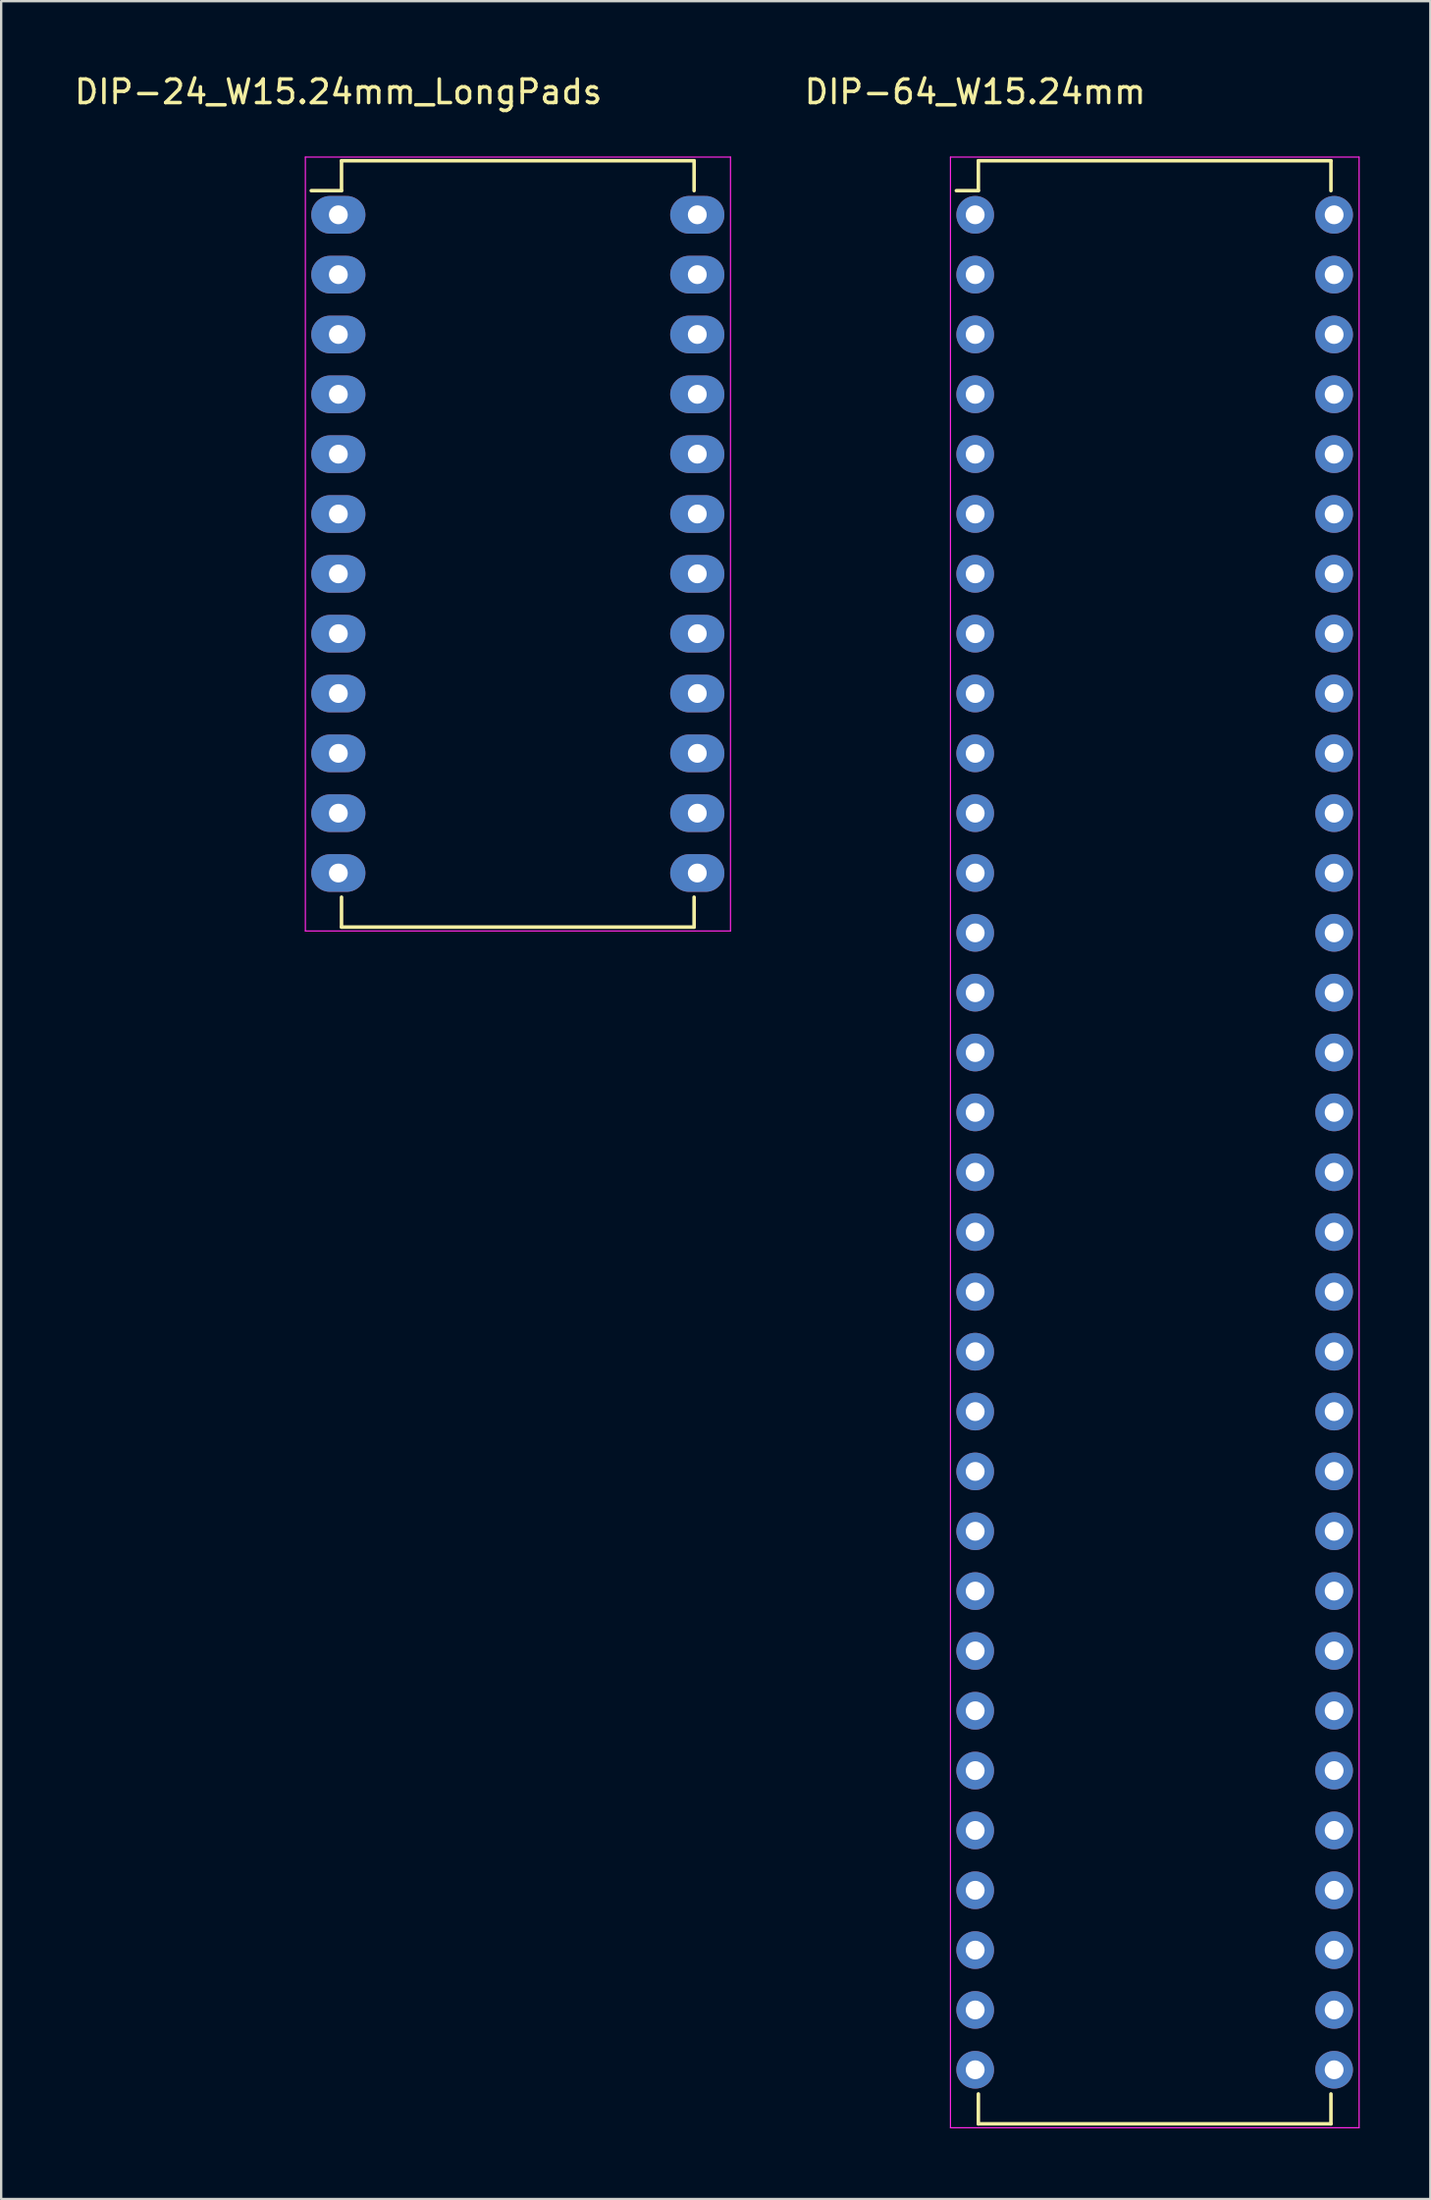
<source format=kicad_pcb>
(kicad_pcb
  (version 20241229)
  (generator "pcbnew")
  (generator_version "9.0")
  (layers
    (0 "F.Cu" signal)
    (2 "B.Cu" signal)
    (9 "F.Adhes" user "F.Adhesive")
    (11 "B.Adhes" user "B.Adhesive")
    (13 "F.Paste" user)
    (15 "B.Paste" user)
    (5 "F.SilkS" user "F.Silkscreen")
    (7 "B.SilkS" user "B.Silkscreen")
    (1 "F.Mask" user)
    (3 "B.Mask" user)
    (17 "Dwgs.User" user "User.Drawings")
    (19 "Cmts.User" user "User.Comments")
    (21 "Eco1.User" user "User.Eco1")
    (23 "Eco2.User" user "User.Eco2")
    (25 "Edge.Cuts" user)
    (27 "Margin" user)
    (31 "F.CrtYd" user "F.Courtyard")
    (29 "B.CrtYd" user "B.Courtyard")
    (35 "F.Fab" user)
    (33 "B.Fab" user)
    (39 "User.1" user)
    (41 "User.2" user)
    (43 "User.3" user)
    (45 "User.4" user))
  (footprint "DIP-24_W15.24mm_LongPads"
    (layer "F.Cu")
    (at 11.315 6.068)
    (property "Reference" "DIP-24_W15.24mm_LongPads" (at 0 -5.22 0) (layer "F.SilkS") (effects (font (size 1 1) (thickness 0.15))))
    (attr through_hole)
    (fp_line (start 0.135 -2.295) (end 0.135 -1.025) (stroke (width 0.15) (type solid)) (layer "F.SilkS"))
    (fp_line (start 0.135 -2.295) (end 15.105 -2.295) (stroke (width 0.15) (type solid)) (layer "F.SilkS"))
    (fp_line (start 0.135 -1.025) (end -1.15 -1.025) (stroke (width 0.15) (type solid)) (layer "F.SilkS"))
    (fp_line (start 0.135 30.235) (end 0.135 28.965) (stroke (width 0.15) (type solid)) (layer "F.SilkS"))
    (fp_line (start 0.135 30.235) (end 15.105 30.235) (stroke (width 0.15) (type solid)) (layer "F.SilkS"))
    (fp_line (start 15.105 -2.295) (end 15.105 -1.025) (stroke (width 0.15) (type solid)) (layer "F.SilkS"))
    (fp_line (start 15.105 30.235) (end 15.105 28.965) (stroke (width 0.15) (type solid)) (layer "F.SilkS"))
    (fp_line (start -1.4 -2.45) (end -1.4 30.4) (stroke (width 0.05) (type solid)) (layer "F.CrtYd"))
    (fp_line (start -1.4 -2.45) (end 16.65 -2.45) (stroke (width 0.05) (type solid)) (layer "F.CrtYd"))
    (fp_line (start -1.4 30.4) (end 16.65 30.4) (stroke (width 0.05) (type solid)) (layer "F.CrtYd"))
    (fp_line (start 16.65 -2.45) (end 16.65 30.4) (stroke (width 0.05) (type solid)) (layer "F.CrtYd"))
    (pad "1" thru_hole oval (at 0 0) (size 2.3 1.6) (drill 0.8) (layers "*.Cu" "*.Mask"))
    (pad "2" thru_hole oval (at 0 2.54) (size 2.3 1.6) (drill 0.8) (layers "*.Cu" "*.Mask"))
    (pad "3" thru_hole oval (at 0 5.08) (size 2.3 1.6) (drill 0.8) (layers "*.Cu" "*.Mask"))
    (pad "4" thru_hole oval (at 0 7.62) (size 2.3 1.6) (drill 0.8) (layers "*.Cu" "*.Mask"))
    (pad "5" thru_hole oval (at 0 10.16) (size 2.3 1.6) (drill 0.8) (layers "*.Cu" "*.Mask"))
    (pad "6" thru_hole oval (at 0 12.7) (size 2.3 1.6) (drill 0.8) (layers "*.Cu" "*.Mask"))
    (pad "7" thru_hole oval (at 0 15.24) (size 2.3 1.6) (drill 0.8) (layers "*.Cu" "*.Mask"))
    (pad "8" thru_hole oval (at 0 17.78) (size 2.3 1.6) (drill 0.8) (layers "*.Cu" "*.Mask"))
    (pad "9" thru_hole oval (at 0 20.32) (size 2.3 1.6) (drill 0.8) (layers "*.Cu" "*.Mask"))
    (pad "10" thru_hole oval (at 0 22.86) (size 2.3 1.6) (drill 0.8) (layers "*.Cu" "*.Mask"))
    (pad "11" thru_hole oval (at 0 25.4) (size 2.3 1.6) (drill 0.8) (layers "*.Cu" "*.Mask"))
    (pad "12" thru_hole oval (at 0 27.94) (size 2.3 1.6) (drill 0.8) (layers "*.Cu" "*.Mask"))
    (pad "13" thru_hole oval (at 15.24 27.94) (size 2.3 1.6) (drill 0.8) (layers "*.Cu" "*.Mask"))
    (pad "14" thru_hole oval (at 15.24 25.4) (size 2.3 1.6) (drill 0.8) (layers "*.Cu" "*.Mask"))
    (pad "15" thru_hole oval (at 15.24 22.86) (size 2.3 1.6) (drill 0.8) (layers "*.Cu" "*.Mask"))
    (pad "16" thru_hole oval (at 15.24 20.32) (size 2.3 1.6) (drill 0.8) (layers "*.Cu" "*.Mask"))
    (pad "17" thru_hole oval (at 15.24 17.78) (size 2.3 1.6) (drill 0.8) (layers "*.Cu" "*.Mask"))
    (pad "18" thru_hole oval (at 15.24 15.24) (size 2.3 1.6) (drill 0.8) (layers "*.Cu" "*.Mask"))
    (pad "19" thru_hole oval (at 15.24 12.7) (size 2.3 1.6) (drill 0.8) (layers "*.Cu" "*.Mask"))
    (pad "20" thru_hole oval (at 15.24 10.16) (size 2.3 1.6) (drill 0.8) (layers "*.Cu" "*.Mask"))
    (pad "21" thru_hole oval (at 15.24 7.62) (size 2.3 1.6) (drill 0.8) (layers "*.Cu" "*.Mask"))
    (pad "22" thru_hole oval (at 15.24 5.08) (size 2.3 1.6) (drill 0.8) (layers "*.Cu" "*.Mask"))
    (pad "23" thru_hole oval (at 15.24 2.54) (size 2.3 1.6) (drill 0.8) (layers "*.Cu" "*.Mask"))
    (pad "24" thru_hole oval (at 15.24 0) (size 2.3 1.6) (drill 0.8) (layers "*.Cu" "*.Mask")))
  (footprint "DIP-64_W15.24mm"
    (layer "F.Cu")
    (at 38.354 6.068)
    (property "Reference" "DIP-64_W15.24mm" (at 0 -5.22 0) (layer "F.SilkS") (effects (font (size 1 1) (thickness 0.15))))
    (attr through_hole)
    (fp_line (start 0.135 -2.295) (end 0.135 -1.025) (stroke (width 0.15) (type solid)) (layer "F.SilkS"))
    (fp_line (start 0.135 -2.295) (end 15.105 -2.295) (stroke (width 0.15) (type solid)) (layer "F.SilkS"))
    (fp_line (start 0.135 -1.025) (end -0.8 -1.025) (stroke (width 0.15) (type solid)) (layer "F.SilkS"))
    (fp_line (start 0.135 81.035) (end 0.135 79.765) (stroke (width 0.15) (type solid)) (layer "F.SilkS"))
    (fp_line (start 0.135 81.035) (end 15.105 81.035) (stroke (width 0.15) (type solid)) (layer "F.SilkS"))
    (fp_line (start 15.105 -2.295) (end 15.105 -1.025) (stroke (width 0.15) (type solid)) (layer "F.SilkS"))
    (fp_line (start 15.105 81.035) (end 15.105 79.765) (stroke (width 0.15) (type solid)) (layer "F.SilkS"))
    (fp_line (start -1.05 -2.45) (end -1.05 81.2) (stroke (width 0.05) (type solid)) (layer "F.CrtYd"))
    (fp_line (start -1.05 -2.45) (end 16.3 -2.45) (stroke (width 0.05) (type solid)) (layer "F.CrtYd"))
    (fp_line (start -1.05 81.2) (end 16.3 81.2) (stroke (width 0.05) (type solid)) (layer "F.CrtYd"))
    (fp_line (start 16.3 -2.45) (end 16.3 81.2) (stroke (width 0.05) (type solid)) (layer "F.CrtYd"))
    (pad "1" thru_hole oval (at 0 0) (size 1.6 1.6) (drill 0.8) (layers "*.Cu" "*.Mask"))
    (pad "2" thru_hole oval (at 0 2.54) (size 1.6 1.6) (drill 0.8) (layers "*.Cu" "*.Mask"))
    (pad "3" thru_hole oval (at 0 5.08) (size 1.6 1.6) (drill 0.8) (layers "*.Cu" "*.Mask"))
    (pad "4" thru_hole oval (at 0 7.62) (size 1.6 1.6) (drill 0.8) (layers "*.Cu" "*.Mask"))
    (pad "5" thru_hole oval (at 0 10.16) (size 1.6 1.6) (drill 0.8) (layers "*.Cu" "*.Mask"))
    (pad "6" thru_hole oval (at 0 12.7) (size 1.6 1.6) (drill 0.8) (layers "*.Cu" "*.Mask"))
    (pad "7" thru_hole oval (at 0 15.24) (size 1.6 1.6) (drill 0.8) (layers "*.Cu" "*.Mask"))
    (pad "8" thru_hole oval (at 0 17.78) (size 1.6 1.6) (drill 0.8) (layers "*.Cu" "*.Mask"))
    (pad "9" thru_hole oval (at 0 20.32) (size 1.6 1.6) (drill 0.8) (layers "*.Cu" "*.Mask"))
    (pad "10" thru_hole oval (at 0 22.86) (size 1.6 1.6) (drill 0.8) (layers "*.Cu" "*.Mask"))
    (pad "11" thru_hole oval (at 0 25.4) (size 1.6 1.6) (drill 0.8) (layers "*.Cu" "*.Mask"))
    (pad "12" thru_hole oval (at 0 27.94) (size 1.6 1.6) (drill 0.8) (layers "*.Cu" "*.Mask"))
    (pad "13" thru_hole oval (at 0 30.48) (size 1.6 1.6) (drill 0.8) (layers "*.Cu" "*.Mask"))
    (pad "14" thru_hole oval (at 0 33.02) (size 1.6 1.6) (drill 0.8) (layers "*.Cu" "*.Mask"))
    (pad "15" thru_hole oval (at 0 35.56) (size 1.6 1.6) (drill 0.8) (layers "*.Cu" "*.Mask"))
    (pad "16" thru_hole oval (at 0 38.1) (size 1.6 1.6) (drill 0.8) (layers "*.Cu" "*.Mask"))
    (pad "17" thru_hole oval (at 0 40.64) (size 1.6 1.6) (drill 0.8) (layers "*.Cu" "*.Mask"))
    (pad "18" thru_hole oval (at 0 43.18) (size 1.6 1.6) (drill 0.8) (layers "*.Cu" "*.Mask"))
    (pad "19" thru_hole oval (at 0 45.72) (size 1.6 1.6) (drill 0.8) (layers "*.Cu" "*.Mask"))
    (pad "20" thru_hole oval (at 0 48.26) (size 1.6 1.6) (drill 0.8) (layers "*.Cu" "*.Mask"))
    (pad "21" thru_hole oval (at 0 50.8) (size 1.6 1.6) (drill 0.8) (layers "*.Cu" "*.Mask"))
    (pad "22" thru_hole oval (at 0 53.34) (size 1.6 1.6) (drill 0.8) (layers "*.Cu" "*.Mask"))
    (pad "23" thru_hole oval (at 0 55.88) (size 1.6 1.6) (drill 0.8) (layers "*.Cu" "*.Mask"))
    (pad "24" thru_hole oval (at 0 58.42) (size 1.6 1.6) (drill 0.8) (layers "*.Cu" "*.Mask"))
    (pad "25" thru_hole oval (at 0 60.96) (size 1.6 1.6) (drill 0.8) (layers "*.Cu" "*.Mask"))
    (pad "26" thru_hole oval (at 0 63.5) (size 1.6 1.6) (drill 0.8) (layers "*.Cu" "*.Mask"))
    (pad "27" thru_hole oval (at 0 66.04) (size 1.6 1.6) (drill 0.8) (layers "*.Cu" "*.Mask"))
    (pad "28" thru_hole oval (at 0 68.58) (size 1.6 1.6) (drill 0.8) (layers "*.Cu" "*.Mask"))
    (pad "29" thru_hole oval (at 0 71.12) (size 1.6 1.6) (drill 0.8) (layers "*.Cu" "*.Mask"))
    (pad "30" thru_hole oval (at 0 73.66) (size 1.6 1.6) (drill 0.8) (layers "*.Cu" "*.Mask"))
    (pad "31" thru_hole oval (at 0 76.2) (size 1.6 1.6) (drill 0.8) (layers "*.Cu" "*.Mask"))
    (pad "32" thru_hole oval (at 0 78.74) (size 1.6 1.6) (drill 0.8) (layers "*.Cu" "*.Mask"))
    (pad "33" thru_hole oval (at 15.24 78.74) (size 1.6 1.6) (drill 0.8) (layers "*.Cu" "*.Mask"))
    (pad "34" thru_hole oval (at 15.24 76.2) (size 1.6 1.6) (drill 0.8) (layers "*.Cu" "*.Mask"))
    (pad "35" thru_hole oval (at 15.24 73.66) (size 1.6 1.6) (drill 0.8) (layers "*.Cu" "*.Mask"))
    (pad "36" thru_hole oval (at 15.24 71.12) (size 1.6 1.6) (drill 0.8) (layers "*.Cu" "*.Mask"))
    (pad "37" thru_hole oval (at 15.24 68.58) (size 1.6 1.6) (drill 0.8) (layers "*.Cu" "*.Mask"))
    (pad "38" thru_hole oval (at 15.24 66.04) (size 1.6 1.6) (drill 0.8) (layers "*.Cu" "*.Mask"))
    (pad "39" thru_hole oval (at 15.24 63.5) (size 1.6 1.6) (drill 0.8) (layers "*.Cu" "*.Mask"))
    (pad "40" thru_hole oval (at 15.24 60.96) (size 1.6 1.6) (drill 0.8) (layers "*.Cu" "*.Mask"))
    (pad "41" thru_hole oval (at 15.24 58.42) (size 1.6 1.6) (drill 0.8) (layers "*.Cu" "*.Mask"))
    (pad "42" thru_hole oval (at 15.24 55.88) (size 1.6 1.6) (drill 0.8) (layers "*.Cu" "*.Mask"))
    (pad "43" thru_hole oval (at 15.24 53.34) (size 1.6 1.6) (drill 0.8) (layers "*.Cu" "*.Mask"))
    (pad "44" thru_hole oval (at 15.24 50.8) (size 1.6 1.6) (drill 0.8) (layers "*.Cu" "*.Mask"))
    (pad "45" thru_hole oval (at 15.24 48.26) (size 1.6 1.6) (drill 0.8) (layers "*.Cu" "*.Mask"))
    (pad "46" thru_hole oval (at 15.24 45.72) (size 1.6 1.6) (drill 0.8) (layers "*.Cu" "*.Mask"))
    (pad "47" thru_hole oval (at 15.24 43.18) (size 1.6 1.6) (drill 0.8) (layers "*.Cu" "*.Mask"))
    (pad "48" thru_hole oval (at 15.24 40.64) (size 1.6 1.6) (drill 0.8) (layers "*.Cu" "*.Mask"))
    (pad "49" thru_hole oval (at 15.24 38.1) (size 1.6 1.6) (drill 0.8) (layers "*.Cu" "*.Mask"))
    (pad "50" thru_hole oval (at 15.24 35.56) (size 1.6 1.6) (drill 0.8) (layers "*.Cu" "*.Mask"))
    (pad "51" thru_hole oval (at 15.24 33.02) (size 1.6 1.6) (drill 0.8) (layers "*.Cu" "*.Mask"))
    (pad "52" thru_hole oval (at 15.24 30.48) (size 1.6 1.6) (drill 0.8) (layers "*.Cu" "*.Mask"))
    (pad "53" thru_hole oval (at 15.24 27.94) (size 1.6 1.6) (drill 0.8) (layers "*.Cu" "*.Mask"))
    (pad "54" thru_hole oval (at 15.24 25.4) (size 1.6 1.6) (drill 0.8) (layers "*.Cu" "*.Mask"))
    (pad "55" thru_hole oval (at 15.24 22.86) (size 1.6 1.6) (drill 0.8) (layers "*.Cu" "*.Mask"))
    (pad "56" thru_hole oval (at 15.24 20.32) (size 1.6 1.6) (drill 0.8) (layers "*.Cu" "*.Mask"))
    (pad "57" thru_hole oval (at 15.24 17.78) (size 1.6 1.6) (drill 0.8) (layers "*.Cu" "*.Mask"))
    (pad "58" thru_hole oval (at 15.24 15.24) (size 1.6 1.6) (drill 0.8) (layers "*.Cu" "*.Mask"))
    (pad "59" thru_hole oval (at 15.24 12.7) (size 1.6 1.6) (drill 0.8) (layers "*.Cu" "*.Mask"))
    (pad "60" thru_hole oval (at 15.24 10.16) (size 1.6 1.6) (drill 0.8) (layers "*.Cu" "*.Mask"))
    (pad "61" thru_hole oval (at 15.24 7.62) (size 1.6 1.6) (drill 0.8) (layers "*.Cu" "*.Mask"))
    (pad "62" thru_hole oval (at 15.24 5.08) (size 1.6 1.6) (drill 0.8) (layers "*.Cu" "*.Mask"))
    (pad "63" thru_hole oval (at 15.24 2.54) (size 1.6 1.6) (drill 0.8) (layers "*.Cu" "*.Mask"))
    (pad "64" thru_hole oval (at 15.24 0) (size 1.6 1.6) (drill 0.8) (layers "*.Cu" "*.Mask")))
  (gr_rect
    (start -3 -3)
    (end 57.679 90.293)
    (stroke (width 0.1) (type default))
    (fill no)
    (layer "Edge.Cuts")))
</source>
